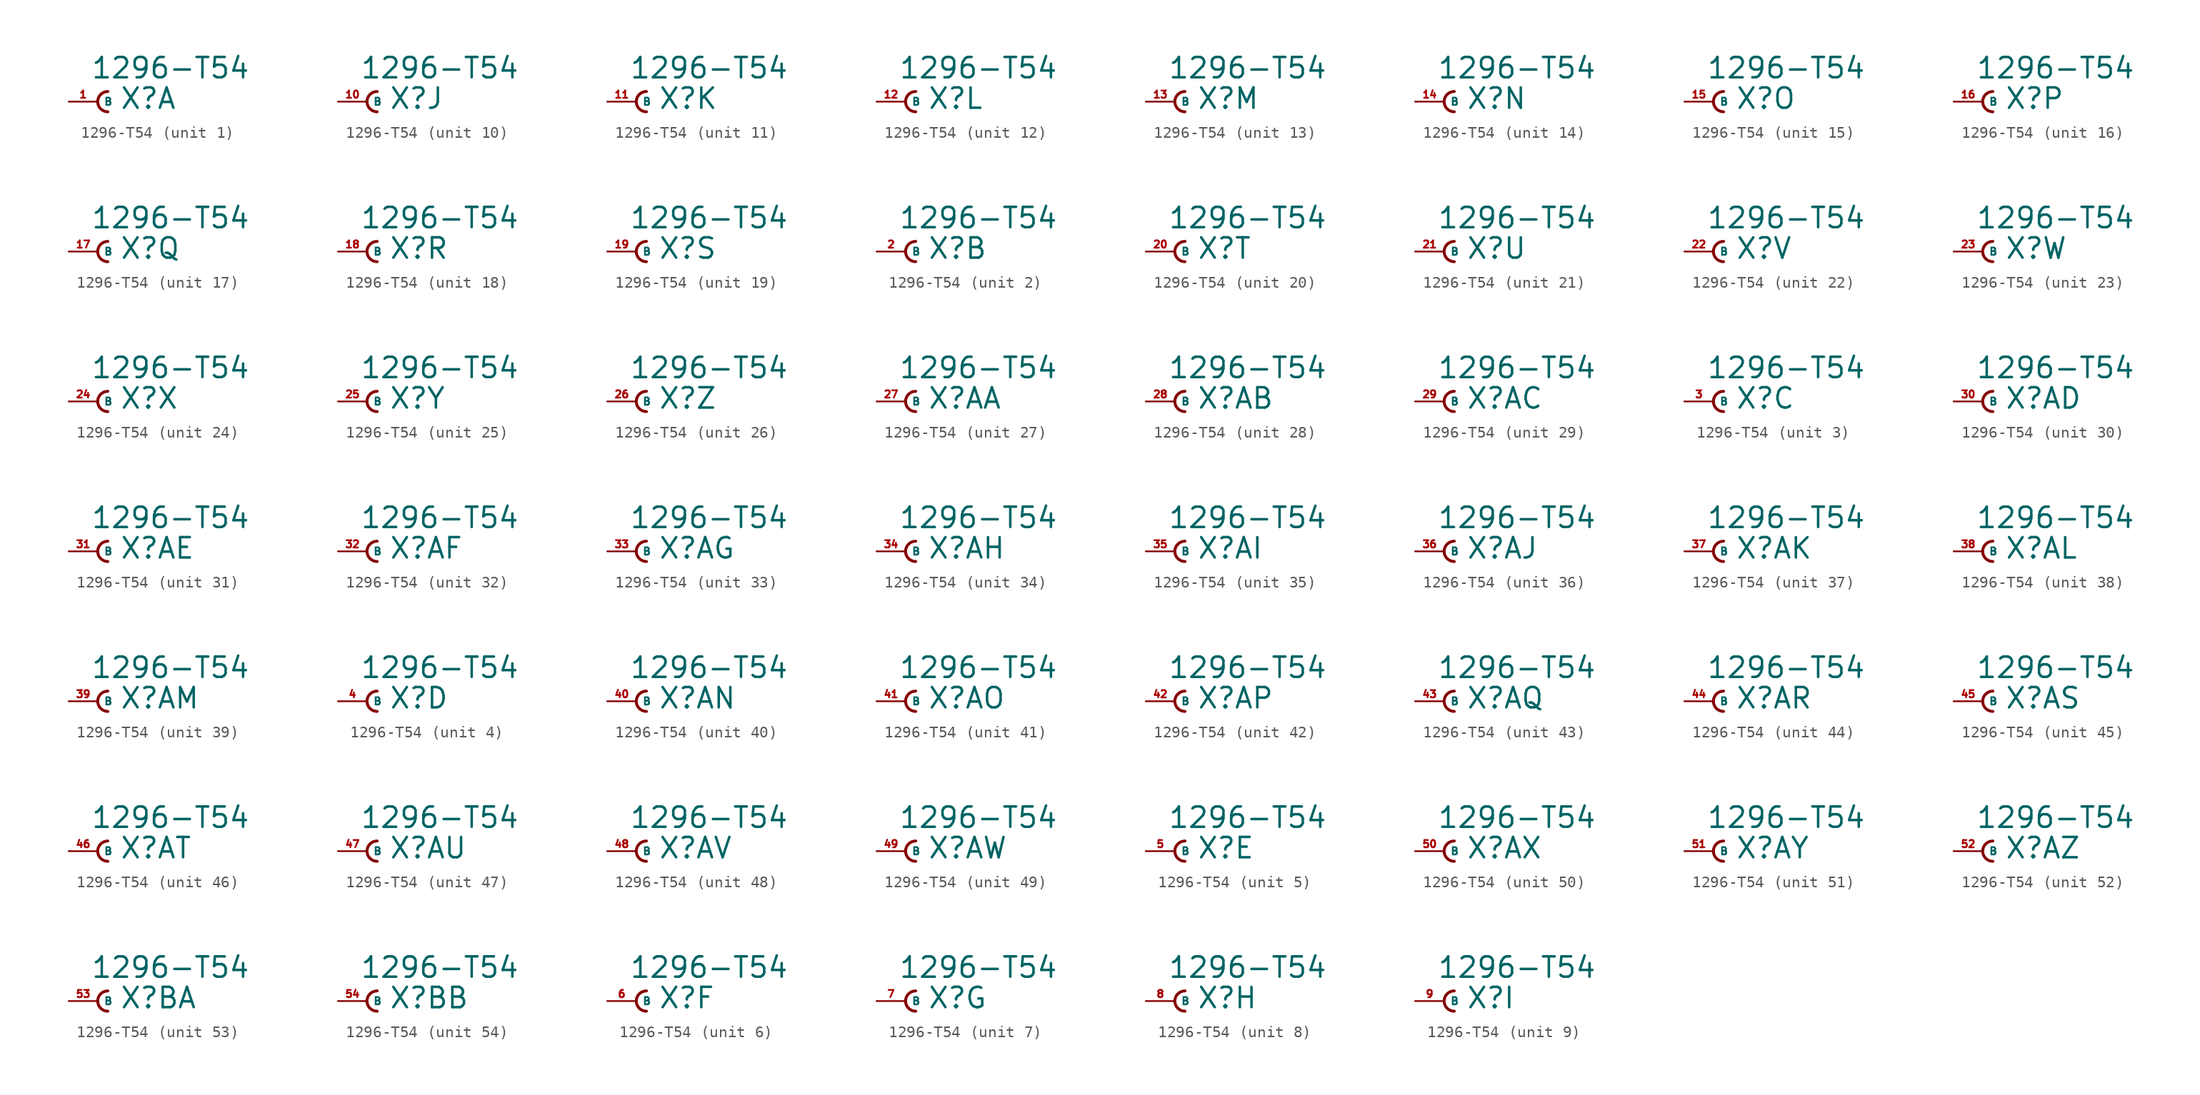
<source format=kicad_sym>
(kicad_symbol_lib
  (version 20220914)
  (generator Eagle2Kicad)
  (symbol "1296-T54"
    (property "Reference" "X"
      (at 1.905 -0.762 0)
      (effects (font (size 1.778 1.778) (thickness 0.22)) (justify left bottom)))
    (property "Value" "1296-T54"
      (at -0.635 1.905 0)
      (effects (font (size 1.778 1.778) (thickness 0.22)) (justify left bottom)))
    (symbol "1296-T54_1_0"
      (arc (start 0.889 0.889) (mid 0.000 0.000) (end 0.889 -0.889) (stroke (width 0.254) (type default)) (fill (type none)))
      (pin passive line (at -2.54 0 0) (length 2.54) (name "B" (effects (font (size 0.635 0.635) (thickness 0.08)) (justify left bottom))) (number "1" (effects (font (size 0.635 0.635) (thickness 0.08)) (justify left bottom)))))
    (symbol "1296-T54_2_0"
      (arc (start 0.889 0.889) (mid 0.000 0.000) (end 0.889 -0.889) (stroke (width 0.254) (type default)) (fill (type none)))
      (pin passive line (at -2.54 0 0) (length 2.54) (name "B" (effects (font (size 0.635 0.635) (thickness 0.08)) (justify left bottom))) (number "2" (effects (font (size 0.635 0.635) (thickness 0.08)) (justify left bottom)))))
    (symbol "1296-T54_3_0"
      (arc (start 0.889 0.889) (mid 0.000 0.000) (end 0.889 -0.889) (stroke (width 0.254) (type default)) (fill (type none)))
      (pin passive line (at -2.54 0 0) (length 2.54) (name "B" (effects (font (size 0.635 0.635) (thickness 0.08)) (justify left bottom))) (number "3" (effects (font (size 0.635 0.635) (thickness 0.08)) (justify left bottom)))))
    (symbol "1296-T54_4_0"
      (arc (start 0.889 0.889) (mid 0.000 0.000) (end 0.889 -0.889) (stroke (width 0.254) (type default)) (fill (type none)))
      (pin passive line (at -2.54 0 0) (length 2.54) (name "B" (effects (font (size 0.635 0.635) (thickness 0.08)) (justify left bottom))) (number "4" (effects (font (size 0.635 0.635) (thickness 0.08)) (justify left bottom)))))
    (symbol "1296-T54_5_0"
      (arc (start 0.889 0.889) (mid 0.000 0.000) (end 0.889 -0.889) (stroke (width 0.254) (type default)) (fill (type none)))
      (pin passive line (at -2.54 0 0) (length 2.54) (name "B" (effects (font (size 0.635 0.635) (thickness 0.08)) (justify left bottom))) (number "5" (effects (font (size 0.635 0.635) (thickness 0.08)) (justify left bottom)))))
    (symbol "1296-T54_6_0"
      (arc (start 0.889 0.889) (mid 0.000 0.000) (end 0.889 -0.889) (stroke (width 0.254) (type default)) (fill (type none)))
      (pin passive line (at -2.54 0 0) (length 2.54) (name "B" (effects (font (size 0.635 0.635) (thickness 0.08)) (justify left bottom))) (number "6" (effects (font (size 0.635 0.635) (thickness 0.08)) (justify left bottom)))))
    (symbol "1296-T54_7_0"
      (arc (start 0.889 0.889) (mid 0.000 0.000) (end 0.889 -0.889) (stroke (width 0.254) (type default)) (fill (type none)))
      (pin passive line (at -2.54 0 0) (length 2.54) (name "B" (effects (font (size 0.635 0.635) (thickness 0.08)) (justify left bottom))) (number "7" (effects (font (size 0.635 0.635) (thickness 0.08)) (justify left bottom)))))
    (symbol "1296-T54_8_0"
      (arc (start 0.889 0.889) (mid 0.000 0.000) (end 0.889 -0.889) (stroke (width 0.254) (type default)) (fill (type none)))
      (pin passive line (at -2.54 0 0) (length 2.54) (name "B" (effects (font (size 0.635 0.635) (thickness 0.08)) (justify left bottom))) (number "8" (effects (font (size 0.635 0.635) (thickness 0.08)) (justify left bottom)))))
    (symbol "1296-T54_9_0"
      (arc (start 0.889 0.889) (mid 0.000 0.000) (end 0.889 -0.889) (stroke (width 0.254) (type default)) (fill (type none)))
      (pin passive line (at -2.54 0 0) (length 2.54) (name "B" (effects (font (size 0.635 0.635) (thickness 0.08)) (justify left bottom))) (number "9" (effects (font (size 0.635 0.635) (thickness 0.08)) (justify left bottom)))))
    (symbol "1296-T54_10_0"
      (arc (start 0.889 0.889) (mid 0.000 0.000) (end 0.889 -0.889) (stroke (width 0.254) (type default)) (fill (type none)))
      (pin passive line (at -2.54 0 0) (length 2.54) (name "B" (effects (font (size 0.635 0.635) (thickness 0.08)) (justify left bottom))) (number "10" (effects (font (size 0.635 0.635) (thickness 0.08)) (justify left bottom)))))
    (symbol "1296-T54_11_0"
      (arc (start 0.889 0.889) (mid 0.000 0.000) (end 0.889 -0.889) (stroke (width 0.254) (type default)) (fill (type none)))
      (pin passive line (at -2.54 0 0) (length 2.54) (name "B" (effects (font (size 0.635 0.635) (thickness 0.08)) (justify left bottom))) (number "11" (effects (font (size 0.635 0.635) (thickness 0.08)) (justify left bottom)))))
    (symbol "1296-T54_12_0"
      (arc (start 0.889 0.889) (mid 0.000 0.000) (end 0.889 -0.889) (stroke (width 0.254) (type default)) (fill (type none)))
      (pin passive line (at -2.54 0 0) (length 2.54) (name "B" (effects (font (size 0.635 0.635) (thickness 0.08)) (justify left bottom))) (number "12" (effects (font (size 0.635 0.635) (thickness 0.08)) (justify left bottom)))))
    (symbol "1296-T54_13_0"
      (arc (start 0.889 0.889) (mid 0.000 0.000) (end 0.889 -0.889) (stroke (width 0.254) (type default)) (fill (type none)))
      (pin passive line (at -2.54 0 0) (length 2.54) (name "B" (effects (font (size 0.635 0.635) (thickness 0.08)) (justify left bottom))) (number "13" (effects (font (size 0.635 0.635) (thickness 0.08)) (justify left bottom)))))
    (symbol "1296-T54_14_0"
      (arc (start 0.889 0.889) (mid 0.000 0.000) (end 0.889 -0.889) (stroke (width 0.254) (type default)) (fill (type none)))
      (pin passive line (at -2.54 0 0) (length 2.54) (name "B" (effects (font (size 0.635 0.635) (thickness 0.08)) (justify left bottom))) (number "14" (effects (font (size 0.635 0.635) (thickness 0.08)) (justify left bottom)))))
    (symbol "1296-T54_15_0"
      (arc (start 0.889 0.889) (mid 0.000 0.000) (end 0.889 -0.889) (stroke (width 0.254) (type default)) (fill (type none)))
      (pin passive line (at -2.54 0 0) (length 2.54) (name "B" (effects (font (size 0.635 0.635) (thickness 0.08)) (justify left bottom))) (number "15" (effects (font (size 0.635 0.635) (thickness 0.08)) (justify left bottom)))))
    (symbol "1296-T54_16_0"
      (arc (start 0.889 0.889) (mid 0.000 0.000) (end 0.889 -0.889) (stroke (width 0.254) (type default)) (fill (type none)))
      (pin passive line (at -2.54 0 0) (length 2.54) (name "B" (effects (font (size 0.635 0.635) (thickness 0.08)) (justify left bottom))) (number "16" (effects (font (size 0.635 0.635) (thickness 0.08)) (justify left bottom)))))
    (symbol "1296-T54_17_0"
      (arc (start 0.889 0.889) (mid 0.000 0.000) (end 0.889 -0.889) (stroke (width 0.254) (type default)) (fill (type none)))
      (pin passive line (at -2.54 0 0) (length 2.54) (name "B" (effects (font (size 0.635 0.635) (thickness 0.08)) (justify left bottom))) (number "17" (effects (font (size 0.635 0.635) (thickness 0.08)) (justify left bottom)))))
    (symbol "1296-T54_18_0"
      (arc (start 0.889 0.889) (mid 0.000 0.000) (end 0.889 -0.889) (stroke (width 0.254) (type default)) (fill (type none)))
      (pin passive line (at -2.54 0 0) (length 2.54) (name "B" (effects (font (size 0.635 0.635) (thickness 0.08)) (justify left bottom))) (number "18" (effects (font (size 0.635 0.635) (thickness 0.08)) (justify left bottom)))))
    (symbol "1296-T54_19_0"
      (arc (start 0.889 0.889) (mid 0.000 0.000) (end 0.889 -0.889) (stroke (width 0.254) (type default)) (fill (type none)))
      (pin passive line (at -2.54 0 0) (length 2.54) (name "B" (effects (font (size 0.635 0.635) (thickness 0.08)) (justify left bottom))) (number "19" (effects (font (size 0.635 0.635) (thickness 0.08)) (justify left bottom)))))
    (symbol "1296-T54_20_0"
      (arc (start 0.889 0.889) (mid 0.000 0.000) (end 0.889 -0.889) (stroke (width 0.254) (type default)) (fill (type none)))
      (pin passive line (at -2.54 0 0) (length 2.54) (name "B" (effects (font (size 0.635 0.635) (thickness 0.08)) (justify left bottom))) (number "20" (effects (font (size 0.635 0.635) (thickness 0.08)) (justify left bottom)))))
    (symbol "1296-T54_21_0"
      (arc (start 0.889 0.889) (mid 0.000 0.000) (end 0.889 -0.889) (stroke (width 0.254) (type default)) (fill (type none)))
      (pin passive line (at -2.54 0 0) (length 2.54) (name "B" (effects (font (size 0.635 0.635) (thickness 0.08)) (justify left bottom))) (number "21" (effects (font (size 0.635 0.635) (thickness 0.08)) (justify left bottom)))))
    (symbol "1296-T54_22_0"
      (arc (start 0.889 0.889) (mid 0.000 0.000) (end 0.889 -0.889) (stroke (width 0.254) (type default)) (fill (type none)))
      (pin passive line (at -2.54 0 0) (length 2.54) (name "B" (effects (font (size 0.635 0.635) (thickness 0.08)) (justify left bottom))) (number "22" (effects (font (size 0.635 0.635) (thickness 0.08)) (justify left bottom)))))
    (symbol "1296-T54_23_0"
      (arc (start 0.889 0.889) (mid 0.000 0.000) (end 0.889 -0.889) (stroke (width 0.254) (type default)) (fill (type none)))
      (pin passive line (at -2.54 0 0) (length 2.54) (name "B" (effects (font (size 0.635 0.635) (thickness 0.08)) (justify left bottom))) (number "23" (effects (font (size 0.635 0.635) (thickness 0.08)) (justify left bottom)))))
    (symbol "1296-T54_24_0"
      (arc (start 0.889 0.889) (mid 0.000 0.000) (end 0.889 -0.889) (stroke (width 0.254) (type default)) (fill (type none)))
      (pin passive line (at -2.54 0 0) (length 2.54) (name "B" (effects (font (size 0.635 0.635) (thickness 0.08)) (justify left bottom))) (number "24" (effects (font (size 0.635 0.635) (thickness 0.08)) (justify left bottom)))))
    (symbol "1296-T54_25_0"
      (arc (start 0.889 0.889) (mid 0.000 0.000) (end 0.889 -0.889) (stroke (width 0.254) (type default)) (fill (type none)))
      (pin passive line (at -2.54 0 0) (length 2.54) (name "B" (effects (font (size 0.635 0.635) (thickness 0.08)) (justify left bottom))) (number "25" (effects (font (size 0.635 0.635) (thickness 0.08)) (justify left bottom)))))
    (symbol "1296-T54_26_0"
      (arc (start 0.889 0.889) (mid 0.000 0.000) (end 0.889 -0.889) (stroke (width 0.254) (type default)) (fill (type none)))
      (pin passive line (at -2.54 0 0) (length 2.54) (name "B" (effects (font (size 0.635 0.635) (thickness 0.08)) (justify left bottom))) (number "26" (effects (font (size 0.635 0.635) (thickness 0.08)) (justify left bottom)))))
    (symbol "1296-T54_27_0"
      (arc (start 0.889 0.889) (mid 0.000 0.000) (end 0.889 -0.889) (stroke (width 0.254) (type default)) (fill (type none)))
      (pin passive line (at -2.54 0 0) (length 2.54) (name "B" (effects (font (size 0.635 0.635) (thickness 0.08)) (justify left bottom))) (number "27" (effects (font (size 0.635 0.635) (thickness 0.08)) (justify left bottom)))))
    (symbol "1296-T54_28_0"
      (arc (start 0.889 0.889) (mid 0.000 0.000) (end 0.889 -0.889) (stroke (width 0.254) (type default)) (fill (type none)))
      (pin passive line (at -2.54 0 0) (length 2.54) (name "B" (effects (font (size 0.635 0.635) (thickness 0.08)) (justify left bottom))) (number "28" (effects (font (size 0.635 0.635) (thickness 0.08)) (justify left bottom)))))
    (symbol "1296-T54_29_0"
      (arc (start 0.889 0.889) (mid 0.000 0.000) (end 0.889 -0.889) (stroke (width 0.254) (type default)) (fill (type none)))
      (pin passive line (at -2.54 0 0) (length 2.54) (name "B" (effects (font (size 0.635 0.635) (thickness 0.08)) (justify left bottom))) (number "29" (effects (font (size 0.635 0.635) (thickness 0.08)) (justify left bottom)))))
    (symbol "1296-T54_30_0"
      (arc (start 0.889 0.889) (mid 0.000 0.000) (end 0.889 -0.889) (stroke (width 0.254) (type default)) (fill (type none)))
      (pin passive line (at -2.54 0 0) (length 2.54) (name "B" (effects (font (size 0.635 0.635) (thickness 0.08)) (justify left bottom))) (number "30" (effects (font (size 0.635 0.635) (thickness 0.08)) (justify left bottom)))))
    (symbol "1296-T54_31_0"
      (arc (start 0.889 0.889) (mid 0.000 0.000) (end 0.889 -0.889) (stroke (width 0.254) (type default)) (fill (type none)))
      (pin passive line (at -2.54 0 0) (length 2.54) (name "B" (effects (font (size 0.635 0.635) (thickness 0.08)) (justify left bottom))) (number "31" (effects (font (size 0.635 0.635) (thickness 0.08)) (justify left bottom)))))
    (symbol "1296-T54_32_0"
      (arc (start 0.889 0.889) (mid 0.000 0.000) (end 0.889 -0.889) (stroke (width 0.254) (type default)) (fill (type none)))
      (pin passive line (at -2.54 0 0) (length 2.54) (name "B" (effects (font (size 0.635 0.635) (thickness 0.08)) (justify left bottom))) (number "32" (effects (font (size 0.635 0.635) (thickness 0.08)) (justify left bottom)))))
    (symbol "1296-T54_33_0"
      (arc (start 0.889 0.889) (mid 0.000 0.000) (end 0.889 -0.889) (stroke (width 0.254) (type default)) (fill (type none)))
      (pin passive line (at -2.54 0 0) (length 2.54) (name "B" (effects (font (size 0.635 0.635) (thickness 0.08)) (justify left bottom))) (number "33" (effects (font (size 0.635 0.635) (thickness 0.08)) (justify left bottom)))))
    (symbol "1296-T54_34_0"
      (arc (start 0.889 0.889) (mid 0.000 0.000) (end 0.889 -0.889) (stroke (width 0.254) (type default)) (fill (type none)))
      (pin passive line (at -2.54 0 0) (length 2.54) (name "B" (effects (font (size 0.635 0.635) (thickness 0.08)) (justify left bottom))) (number "34" (effects (font (size 0.635 0.635) (thickness 0.08)) (justify left bottom)))))
    (symbol "1296-T54_35_0"
      (arc (start 0.889 0.889) (mid 0.000 0.000) (end 0.889 -0.889) (stroke (width 0.254) (type default)) (fill (type none)))
      (pin passive line (at -2.54 0 0) (length 2.54) (name "B" (effects (font (size 0.635 0.635) (thickness 0.08)) (justify left bottom))) (number "35" (effects (font (size 0.635 0.635) (thickness 0.08)) (justify left bottom)))))
    (symbol "1296-T54_36_0"
      (arc (start 0.889 0.889) (mid 0.000 0.000) (end 0.889 -0.889) (stroke (width 0.254) (type default)) (fill (type none)))
      (pin passive line (at -2.54 0 0) (length 2.54) (name "B" (effects (font (size 0.635 0.635) (thickness 0.08)) (justify left bottom))) (number "36" (effects (font (size 0.635 0.635) (thickness 0.08)) (justify left bottom)))))
    (symbol "1296-T54_37_0"
      (arc (start 0.889 0.889) (mid 0.000 0.000) (end 0.889 -0.889) (stroke (width 0.254) (type default)) (fill (type none)))
      (pin passive line (at -2.54 0 0) (length 2.54) (name "B" (effects (font (size 0.635 0.635) (thickness 0.08)) (justify left bottom))) (number "37" (effects (font (size 0.635 0.635) (thickness 0.08)) (justify left bottom)))))
    (symbol "1296-T54_38_0"
      (arc (start 0.889 0.889) (mid 0.000 0.000) (end 0.889 -0.889) (stroke (width 0.254) (type default)) (fill (type none)))
      (pin passive line (at -2.54 0 0) (length 2.54) (name "B" (effects (font (size 0.635 0.635) (thickness 0.08)) (justify left bottom))) (number "38" (effects (font (size 0.635 0.635) (thickness 0.08)) (justify left bottom)))))
    (symbol "1296-T54_39_0"
      (arc (start 0.889 0.889) (mid 0.000 0.000) (end 0.889 -0.889) (stroke (width 0.254) (type default)) (fill (type none)))
      (pin passive line (at -2.54 0 0) (length 2.54) (name "B" (effects (font (size 0.635 0.635) (thickness 0.08)) (justify left bottom))) (number "39" (effects (font (size 0.635 0.635) (thickness 0.08)) (justify left bottom)))))
    (symbol "1296-T54_40_0"
      (arc (start 0.889 0.889) (mid 0.000 0.000) (end 0.889 -0.889) (stroke (width 0.254) (type default)) (fill (type none)))
      (pin passive line (at -2.54 0 0) (length 2.54) (name "B" (effects (font (size 0.635 0.635) (thickness 0.08)) (justify left bottom))) (number "40" (effects (font (size 0.635 0.635) (thickness 0.08)) (justify left bottom)))))
    (symbol "1296-T54_41_0"
      (arc (start 0.889 0.889) (mid 0.000 0.000) (end 0.889 -0.889) (stroke (width 0.254) (type default)) (fill (type none)))
      (pin passive line (at -2.54 0 0) (length 2.54) (name "B" (effects (font (size 0.635 0.635) (thickness 0.08)) (justify left bottom))) (number "41" (effects (font (size 0.635 0.635) (thickness 0.08)) (justify left bottom)))))
    (symbol "1296-T54_42_0"
      (arc (start 0.889 0.889) (mid 0.000 0.000) (end 0.889 -0.889) (stroke (width 0.254) (type default)) (fill (type none)))
      (pin passive line (at -2.54 0 0) (length 2.54) (name "B" (effects (font (size 0.635 0.635) (thickness 0.08)) (justify left bottom))) (number "42" (effects (font (size 0.635 0.635) (thickness 0.08)) (justify left bottom)))))
    (symbol "1296-T54_43_0"
      (arc (start 0.889 0.889) (mid 0.000 0.000) (end 0.889 -0.889) (stroke (width 0.254) (type default)) (fill (type none)))
      (pin passive line (at -2.54 0 0) (length 2.54) (name "B" (effects (font (size 0.635 0.635) (thickness 0.08)) (justify left bottom))) (number "43" (effects (font (size 0.635 0.635) (thickness 0.08)) (justify left bottom)))))
    (symbol "1296-T54_44_0"
      (arc (start 0.889 0.889) (mid 0.000 0.000) (end 0.889 -0.889) (stroke (width 0.254) (type default)) (fill (type none)))
      (pin passive line (at -2.54 0 0) (length 2.54) (name "B" (effects (font (size 0.635 0.635) (thickness 0.08)) (justify left bottom))) (number "44" (effects (font (size 0.635 0.635) (thickness 0.08)) (justify left bottom)))))
    (symbol "1296-T54_45_0"
      (arc (start 0.889 0.889) (mid 0.000 0.000) (end 0.889 -0.889) (stroke (width 0.254) (type default)) (fill (type none)))
      (pin passive line (at -2.54 0 0) (length 2.54) (name "B" (effects (font (size 0.635 0.635) (thickness 0.08)) (justify left bottom))) (number "45" (effects (font (size 0.635 0.635) (thickness 0.08)) (justify left bottom)))))
    (symbol "1296-T54_46_0"
      (arc (start 0.889 0.889) (mid 0.000 0.000) (end 0.889 -0.889) (stroke (width 0.254) (type default)) (fill (type none)))
      (pin passive line (at -2.54 0 0) (length 2.54) (name "B" (effects (font (size 0.635 0.635) (thickness 0.08)) (justify left bottom))) (number "46" (effects (font (size 0.635 0.635) (thickness 0.08)) (justify left bottom)))))
    (symbol "1296-T54_47_0"
      (arc (start 0.889 0.889) (mid 0.000 0.000) (end 0.889 -0.889) (stroke (width 0.254) (type default)) (fill (type none)))
      (pin passive line (at -2.54 0 0) (length 2.54) (name "B" (effects (font (size 0.635 0.635) (thickness 0.08)) (justify left bottom))) (number "47" (effects (font (size 0.635 0.635) (thickness 0.08)) (justify left bottom)))))
    (symbol "1296-T54_48_0"
      (arc (start 0.889 0.889) (mid 0.000 0.000) (end 0.889 -0.889) (stroke (width 0.254) (type default)) (fill (type none)))
      (pin passive line (at -2.54 0 0) (length 2.54) (name "B" (effects (font (size 0.635 0.635) (thickness 0.08)) (justify left bottom))) (number "48" (effects (font (size 0.635 0.635) (thickness 0.08)) (justify left bottom)))))
    (symbol "1296-T54_49_0"
      (arc (start 0.889 0.889) (mid 0.000 0.000) (end 0.889 -0.889) (stroke (width 0.254) (type default)) (fill (type none)))
      (pin passive line (at -2.54 0 0) (length 2.54) (name "B" (effects (font (size 0.635 0.635) (thickness 0.08)) (justify left bottom))) (number "49" (effects (font (size 0.635 0.635) (thickness 0.08)) (justify left bottom)))))
    (symbol "1296-T54_50_0"
      (arc (start 0.889 0.889) (mid 0.000 0.000) (end 0.889 -0.889) (stroke (width 0.254) (type default)) (fill (type none)))
      (pin passive line (at -2.54 0 0) (length 2.54) (name "B" (effects (font (size 0.635 0.635) (thickness 0.08)) (justify left bottom))) (number "50" (effects (font (size 0.635 0.635) (thickness 0.08)) (justify left bottom)))))
    (symbol "1296-T54_51_0"
      (arc (start 0.889 0.889) (mid 0.000 0.000) (end 0.889 -0.889) (stroke (width 0.254) (type default)) (fill (type none)))
      (pin passive line (at -2.54 0 0) (length 2.54) (name "B" (effects (font (size 0.635 0.635) (thickness 0.08)) (justify left bottom))) (number "51" (effects (font (size 0.635 0.635) (thickness 0.08)) (justify left bottom)))))
    (symbol "1296-T54_52_0"
      (arc (start 0.889 0.889) (mid 0.000 0.000) (end 0.889 -0.889) (stroke (width 0.254) (type default)) (fill (type none)))
      (pin passive line (at -2.54 0 0) (length 2.54) (name "B" (effects (font (size 0.635 0.635) (thickness 0.08)) (justify left bottom))) (number "52" (effects (font (size 0.635 0.635) (thickness 0.08)) (justify left bottom)))))
    (symbol "1296-T54_53_0"
      (arc (start 0.889 0.889) (mid 0.000 0.000) (end 0.889 -0.889) (stroke (width 0.254) (type default)) (fill (type none)))
      (pin passive line (at -2.54 0 0) (length 2.54) (name "B" (effects (font (size 0.635 0.635) (thickness 0.08)) (justify left bottom))) (number "53" (effects (font (size 0.635 0.635) (thickness 0.08)) (justify left bottom)))))
    (symbol "1296-T54_54_0"
      (arc (start 0.889 0.889) (mid 0.000 0.000) (end 0.889 -0.889) (stroke (width 0.254) (type default)) (fill (type none)))
      (pin passive line (at -2.54 0 0) (length 2.54) (name "B" (effects (font (size 0.635 0.635) (thickness 0.08)) (justify left bottom))) (number "54" (effects (font (size 0.635 0.635) (thickness 0.08)) (justify left bottom)))))))
</source>
